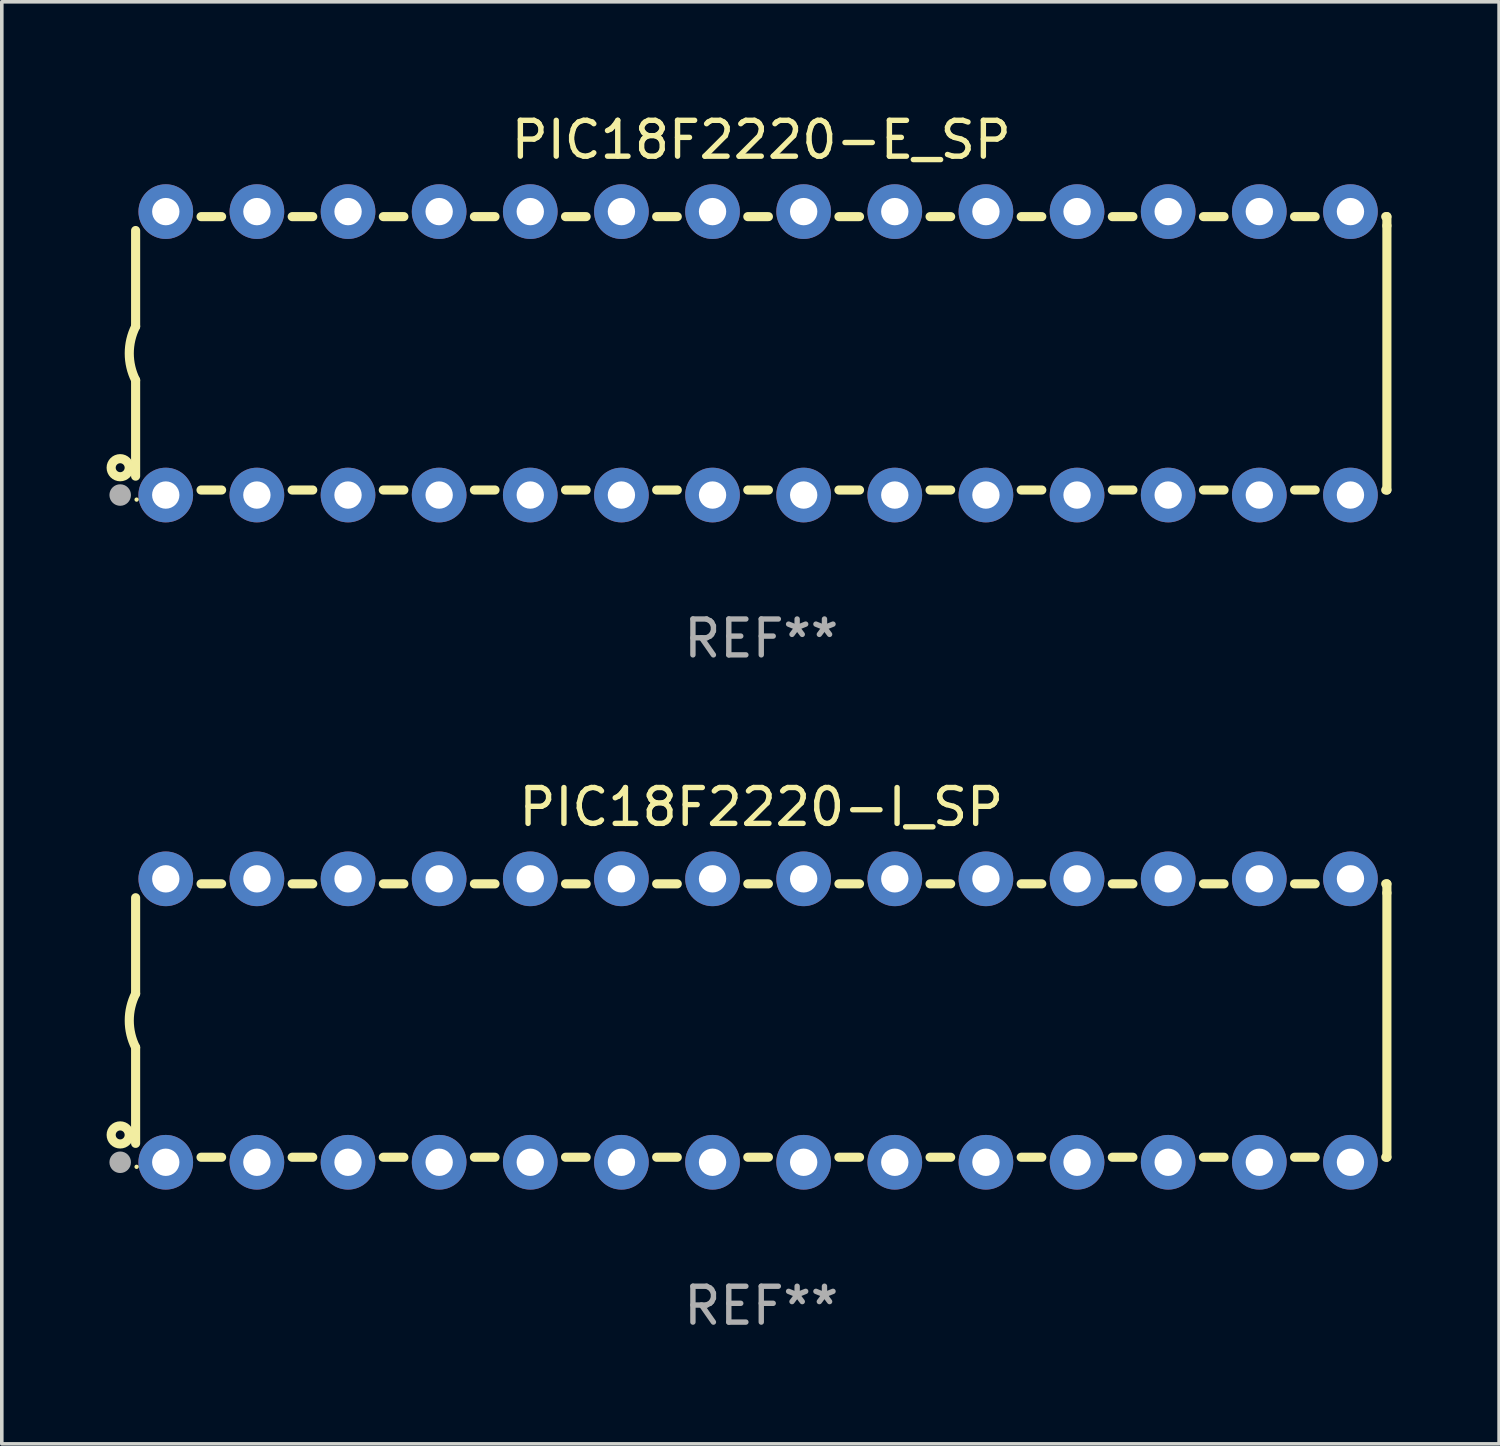
<source format=kicad_pcb>
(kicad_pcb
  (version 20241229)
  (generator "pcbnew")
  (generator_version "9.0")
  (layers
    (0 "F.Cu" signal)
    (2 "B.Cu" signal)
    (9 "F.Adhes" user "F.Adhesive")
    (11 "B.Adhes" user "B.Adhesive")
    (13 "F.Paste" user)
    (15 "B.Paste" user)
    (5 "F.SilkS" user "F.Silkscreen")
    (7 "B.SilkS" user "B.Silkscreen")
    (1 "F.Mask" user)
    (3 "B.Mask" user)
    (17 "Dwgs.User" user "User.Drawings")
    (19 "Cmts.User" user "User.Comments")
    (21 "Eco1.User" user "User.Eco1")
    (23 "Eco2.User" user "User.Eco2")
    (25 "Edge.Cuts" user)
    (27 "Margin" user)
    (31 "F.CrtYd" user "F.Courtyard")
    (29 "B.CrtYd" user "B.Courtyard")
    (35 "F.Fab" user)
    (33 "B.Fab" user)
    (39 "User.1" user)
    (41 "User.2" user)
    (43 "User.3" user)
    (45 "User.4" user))
  (footprint "PIC18F2220-E_SP"
    (layer "F.Cu")
    (at 18.168 6.798)
    (property "Reference" "PIC18F2220-E_SP" (at 0 -5.95 0) (layer "F.SilkS") (effects (font (size 1 1) (thickness 0.15))))
    (attr through_hole)
    (fp_line (start -17.438 0.75) (end -17.438 3.423) (stroke (width 0.254) (type solid)) (layer "F.SilkS"))
    (fp_line (start -17.438 -3.423) (end -17.438 -0.75) (stroke (width 0.254) (type solid)) (layer "F.SilkS"))
    (fp_line (start -15.615 3.81) (end -15.041 3.81) (stroke (width 0.254) (type solid)) (layer "F.SilkS"))
    (fp_line (start -15.041 -3.81) (end -15.614 -3.81) (stroke (width 0.254) (type solid)) (layer "F.SilkS"))
    (fp_line (start -13.075 3.81) (end -12.501 3.81) (stroke (width 0.254) (type solid)) (layer "F.SilkS"))
    (fp_line (start -12.501 -3.81) (end -13.074 -3.81) (stroke (width 0.254) (type solid)) (layer "F.SilkS"))
    (fp_line (start -10.535 3.81) (end -9.961 3.81) (stroke (width 0.254) (type solid)) (layer "F.SilkS"))
    (fp_line (start -9.961 -3.81) (end -10.534 -3.81) (stroke (width 0.254) (type solid)) (layer "F.SilkS"))
    (fp_line (start -7.995 3.81) (end -7.421 3.81) (stroke (width 0.254) (type solid)) (layer "F.SilkS"))
    (fp_line (start -7.421 -3.81) (end -7.995 -3.81) (stroke (width 0.254) (type solid)) (layer "F.SilkS"))
    (fp_line (start -5.455 3.81) (end -4.881 3.81) (stroke (width 0.254) (type solid)) (layer "F.SilkS"))
    (fp_line (start -4.881 -3.81) (end -5.455 -3.81) (stroke (width 0.254) (type solid)) (layer "F.SilkS"))
    (fp_line (start -2.915 3.81) (end -2.341 3.81) (stroke (width 0.254) (type solid)) (layer "F.SilkS"))
    (fp_line (start -2.341 -3.81) (end -2.915 -3.81) (stroke (width 0.254) (type solid)) (layer "F.SilkS"))
    (fp_line (start -0.375 3.81) (end 0.199 3.81) (stroke (width 0.254) (type solid)) (layer "F.SilkS"))
    (fp_line (start 0.199 -3.81) (end -0.375 -3.81) (stroke (width 0.254) (type solid)) (layer "F.SilkS"))
    (fp_line (start 2.165 3.81) (end 2.739 3.81) (stroke (width 0.254) (type solid)) (layer "F.SilkS"))
    (fp_line (start 2.739 -3.81) (end 2.165 -3.81) (stroke (width 0.254) (type solid)) (layer "F.SilkS"))
    (fp_line (start 4.705 3.81) (end 5.279 3.81) (stroke (width 0.254) (type solid)) (layer "F.SilkS"))
    (fp_line (start 5.279 -3.81) (end 4.705 -3.81) (stroke (width 0.254) (type solid)) (layer "F.SilkS"))
    (fp_line (start 7.245 3.81) (end 7.819 3.81) (stroke (width 0.254) (type solid)) (layer "F.SilkS"))
    (fp_line (start 7.819 -3.81) (end 7.245 -3.81) (stroke (width 0.254) (type solid)) (layer "F.SilkS"))
    (fp_line (start 9.785 3.81) (end 10.359 3.81) (stroke (width 0.254) (type solid)) (layer "F.SilkS"))
    (fp_line (start 10.359 -3.81) (end 9.785 -3.81) (stroke (width 0.254) (type solid)) (layer "F.SilkS"))
    (fp_line (start 12.325 3.81) (end 12.899 3.81) (stroke (width 0.254) (type solid)) (layer "F.SilkS"))
    (fp_line (start 12.899 -3.81) (end 12.325 -3.81) (stroke (width 0.254) (type solid)) (layer "F.SilkS"))
    (fp_line (start 14.865 3.81) (end 15.439 3.81) (stroke (width 0.254) (type solid)) (layer "F.SilkS"))
    (fp_line (start 15.439 -3.81) (end 14.865 -3.81) (stroke (width 0.254) (type solid)) (layer "F.SilkS"))
    (fp_line (start 17.405 3.81) (end 17.438 3.81) (stroke (width 0.254) (type solid)) (layer "F.SilkS"))
    (fp_line (start 17.438 -3.81) (end 17.405 -3.81) (stroke (width 0.254) (type solid)) (layer "F.SilkS"))
    (fp_line (start 17.438 -3.556) (end 17.438 -3.81) (stroke (width 0.254) (type solid)) (layer "F.SilkS"))
    (fp_line (start 17.438 3.81) (end 17.438 -3.556) (stroke (width 0.254) (type solid)) (layer "F.SilkS"))
    (fp_arc (start -17.437986 0.749657) (mid -17.614887 -0.000024) (end -17.437783 -0.749657) (stroke (width 0.254001) (type solid)) (layer "F.SilkS"))
    (fp_circle (center -17.868 3.188) (end -17.743 3.188) (stroke (width 0.254) (type solid)) (fill no) (layer "F.SilkS"))
    (fp_circle (center -17.411 4.077) (end -17.381 4.077) (stroke (width 0.06) (type solid)) (fill no) (layer "F.SilkS"))
    (fp_circle (center -17.868 3.95) (end -17.718 3.95) (stroke (width 0.3) (type solid)) (fill no) (layer "F.Fab"))
    (fp_text user "REF**" (at 0 7.95 0) (layer "F.Fab") (effects (font (size 1 1) (thickness 0.15))))
    (pad "1" thru_hole circle (at -16.598 3.95) (size 1.524 1.524) (drill 0.762) (layers "*.Cu" "*.Mask"))
    (pad "2" thru_hole circle (at -14.058 3.95) (size 1.524 1.524) (drill 0.762) (layers "*.Cu" "*.Mask"))
    (pad "3" thru_hole circle (at -11.518 3.95) (size 1.524 1.524) (drill 0.762) (layers "*.Cu" "*.Mask"))
    (pad "4" thru_hole circle (at -8.978 3.95) (size 1.524 1.524) (drill 0.762) (layers "*.Cu" "*.Mask"))
    (pad "5" thru_hole circle (at -6.438 3.95) (size 1.524 1.524) (drill 0.762) (layers "*.Cu" "*.Mask"))
    (pad "6" thru_hole circle (at -3.898 3.95) (size 1.524 1.524) (drill 0.762) (layers "*.Cu" "*.Mask"))
    (pad "7" thru_hole circle (at -1.358 3.95) (size 1.524 1.524) (drill 0.762) (layers "*.Cu" "*.Mask"))
    (pad "8" thru_hole circle (at 1.182 3.95) (size 1.524 1.524) (drill 0.762) (layers "*.Cu" "*.Mask"))
    (pad "9" thru_hole circle (at 3.722 3.95) (size 1.524 1.524) (drill 0.762) (layers "*.Cu" "*.Mask"))
    (pad "10" thru_hole circle (at 6.262 3.95) (size 1.524 1.524) (drill 0.762) (layers "*.Cu" "*.Mask"))
    (pad "11" thru_hole circle (at 8.802 3.95) (size 1.524 1.524) (drill 0.762) (layers "*.Cu" "*.Mask"))
    (pad "12" thru_hole circle (at 11.342 3.95) (size 1.524 1.524) (drill 0.762) (layers "*.Cu" "*.Mask"))
    (pad "13" thru_hole circle (at 13.882 3.95) (size 1.524 1.524) (drill 0.762) (layers "*.Cu" "*.Mask"))
    (pad "14" thru_hole circle (at 16.422 3.95) (size 1.524 1.524) (drill 0.762) (layers "*.Cu" "*.Mask"))
    (pad "15" thru_hole circle (at 16.422 -3.95) (size 1.524 1.524) (drill 0.762) (layers "*.Cu" "*.Mask"))
    (pad "16" thru_hole circle (at 13.882 -3.95) (size 1.524 1.524) (drill 0.762) (layers "*.Cu" "*.Mask"))
    (pad "17" thru_hole circle (at 11.342 -3.95) (size 1.524 1.524) (drill 0.762) (layers "*.Cu" "*.Mask"))
    (pad "18" thru_hole circle (at 8.802 -3.95) (size 1.524 1.524) (drill 0.762) (layers "*.Cu" "*.Mask"))
    (pad "19" thru_hole circle (at 6.262 -3.95) (size 1.524 1.524) (drill 0.762) (layers "*.Cu" "*.Mask"))
    (pad "20" thru_hole circle (at 3.722 -3.95) (size 1.524 1.524) (drill 0.762) (layers "*.Cu" "*.Mask"))
    (pad "21" thru_hole circle (at 1.182 -3.95) (size 1.524 1.524) (drill 0.762) (layers "*.Cu" "*.Mask"))
    (pad "22" thru_hole circle (at -1.358 -3.95) (size 1.524 1.524) (drill 0.762) (layers "*.Cu" "*.Mask"))
    (pad "23" thru_hole circle (at -3.898 -3.95) (size 1.524 1.524) (drill 0.762) (layers "*.Cu" "*.Mask"))
    (pad "24" thru_hole circle (at -6.438 -3.95) (size 1.524 1.524) (drill 0.762) (layers "*.Cu" "*.Mask"))
    (pad "25" thru_hole circle (at -8.978 -3.95) (size 1.524 1.524) (drill 0.762) (layers "*.Cu" "*.Mask"))
    (pad "26" thru_hole circle (at -11.517 -3.95) (size 1.524 1.524) (drill 0.762) (layers "*.Cu" "*.Mask"))
    (pad "27" thru_hole circle (at -14.057 -3.95) (size 1.524 1.524) (drill 0.762) (layers "*.Cu" "*.Mask"))
    (pad "28" thru_hole circle (at -16.597 -3.95) (size 1.524 1.524) (drill 0.762) (layers "*.Cu" "*.Mask")))
  (footprint "PIC18F2220-I_SP"
    (layer "F.Cu")
    (at 18.168 25.395)
    (property "Reference" "PIC18F2220-I_SP" (at 0 -5.95 0) (layer "F.SilkS") (effects (font (size 1 1) (thickness 0.15))))
    (attr through_hole)
    (fp_line (start -17.438 0.75) (end -17.438 3.423) (stroke (width 0.254) (type solid)) (layer "F.SilkS"))
    (fp_line (start -17.438 -3.423) (end -17.438 -0.75) (stroke (width 0.254) (type solid)) (layer "F.SilkS"))
    (fp_line (start -15.615 3.81) (end -15.041 3.81) (stroke (width 0.254) (type solid)) (layer "F.SilkS"))
    (fp_line (start -15.041 -3.81) (end -15.614 -3.81) (stroke (width 0.254) (type solid)) (layer "F.SilkS"))
    (fp_line (start -13.075 3.81) (end -12.501 3.81) (stroke (width 0.254) (type solid)) (layer "F.SilkS"))
    (fp_line (start -12.501 -3.81) (end -13.074 -3.81) (stroke (width 0.254) (type solid)) (layer "F.SilkS"))
    (fp_line (start -10.535 3.81) (end -9.961 3.81) (stroke (width 0.254) (type solid)) (layer "F.SilkS"))
    (fp_line (start -9.961 -3.81) (end -10.534 -3.81) (stroke (width 0.254) (type solid)) (layer "F.SilkS"))
    (fp_line (start -7.995 3.81) (end -7.421 3.81) (stroke (width 0.254) (type solid)) (layer "F.SilkS"))
    (fp_line (start -7.421 -3.81) (end -7.995 -3.81) (stroke (width 0.254) (type solid)) (layer "F.SilkS"))
    (fp_line (start -5.455 3.81) (end -4.881 3.81) (stroke (width 0.254) (type solid)) (layer "F.SilkS"))
    (fp_line (start -4.881 -3.81) (end -5.455 -3.81) (stroke (width 0.254) (type solid)) (layer "F.SilkS"))
    (fp_line (start -2.915 3.81) (end -2.341 3.81) (stroke (width 0.254) (type solid)) (layer "F.SilkS"))
    (fp_line (start -2.341 -3.81) (end -2.915 -3.81) (stroke (width 0.254) (type solid)) (layer "F.SilkS"))
    (fp_line (start -0.375 3.81) (end 0.199 3.81) (stroke (width 0.254) (type solid)) (layer "F.SilkS"))
    (fp_line (start 0.199 -3.81) (end -0.375 -3.81) (stroke (width 0.254) (type solid)) (layer "F.SilkS"))
    (fp_line (start 2.165 3.81) (end 2.739 3.81) (stroke (width 0.254) (type solid)) (layer "F.SilkS"))
    (fp_line (start 2.739 -3.81) (end 2.165 -3.81) (stroke (width 0.254) (type solid)) (layer "F.SilkS"))
    (fp_line (start 4.705 3.81) (end 5.279 3.81) (stroke (width 0.254) (type solid)) (layer "F.SilkS"))
    (fp_line (start 5.279 -3.81) (end 4.705 -3.81) (stroke (width 0.254) (type solid)) (layer "F.SilkS"))
    (fp_line (start 7.245 3.81) (end 7.819 3.81) (stroke (width 0.254) (type solid)) (layer "F.SilkS"))
    (fp_line (start 7.819 -3.81) (end 7.245 -3.81) (stroke (width 0.254) (type solid)) (layer "F.SilkS"))
    (fp_line (start 9.785 3.81) (end 10.359 3.81) (stroke (width 0.254) (type solid)) (layer "F.SilkS"))
    (fp_line (start 10.359 -3.81) (end 9.785 -3.81) (stroke (width 0.254) (type solid)) (layer "F.SilkS"))
    (fp_line (start 12.325 3.81) (end 12.899 3.81) (stroke (width 0.254) (type solid)) (layer "F.SilkS"))
    (fp_line (start 12.899 -3.81) (end 12.325 -3.81) (stroke (width 0.254) (type solid)) (layer "F.SilkS"))
    (fp_line (start 14.865 3.81) (end 15.439 3.81) (stroke (width 0.254) (type solid)) (layer "F.SilkS"))
    (fp_line (start 15.439 -3.81) (end 14.865 -3.81) (stroke (width 0.254) (type solid)) (layer "F.SilkS"))
    (fp_line (start 17.405 3.81) (end 17.438 3.81) (stroke (width 0.254) (type solid)) (layer "F.SilkS"))
    (fp_line (start 17.438 -3.81) (end 17.405 -3.81) (stroke (width 0.254) (type solid)) (layer "F.SilkS"))
    (fp_line (start 17.438 -3.556) (end 17.438 -3.81) (stroke (width 0.254) (type solid)) (layer "F.SilkS"))
    (fp_line (start 17.438 3.81) (end 17.438 -3.556) (stroke (width 0.254) (type solid)) (layer "F.SilkS"))
    (fp_arc (start -17.437986 0.749657) (mid -17.614887 -0.000024) (end -17.437783 -0.749657) (stroke (width 0.254001) (type solid)) (layer "F.SilkS"))
    (fp_circle (center -17.868 3.188) (end -17.743 3.188) (stroke (width 0.254) (type solid)) (fill no) (layer "F.SilkS"))
    (fp_circle (center -17.411 4.077) (end -17.381 4.077) (stroke (width 0.06) (type solid)) (fill no) (layer "F.SilkS"))
    (fp_circle (center -17.868 3.95) (end -17.718 3.95) (stroke (width 0.3) (type solid)) (fill no) (layer "F.Fab"))
    (fp_text user "REF**" (at 0 7.95 0) (layer "F.Fab") (effects (font (size 1 1) (thickness 0.15))))
    (pad "1" thru_hole circle (at -16.598 3.95) (size 1.524 1.524) (drill 0.762) (layers "*.Cu" "*.Mask"))
    (pad "2" thru_hole circle (at -14.058 3.95) (size 1.524 1.524) (drill 0.762) (layers "*.Cu" "*.Mask"))
    (pad "3" thru_hole circle (at -11.518 3.95) (size 1.524 1.524) (drill 0.762) (layers "*.Cu" "*.Mask"))
    (pad "4" thru_hole circle (at -8.978 3.95) (size 1.524 1.524) (drill 0.762) (layers "*.Cu" "*.Mask"))
    (pad "5" thru_hole circle (at -6.438 3.95) (size 1.524 1.524) (drill 0.762) (layers "*.Cu" "*.Mask"))
    (pad "6" thru_hole circle (at -3.898 3.95) (size 1.524 1.524) (drill 0.762) (layers "*.Cu" "*.Mask"))
    (pad "7" thru_hole circle (at -1.358 3.95) (size 1.524 1.524) (drill 0.762) (layers "*.Cu" "*.Mask"))
    (pad "8" thru_hole circle (at 1.182 3.95) (size 1.524 1.524) (drill 0.762) (layers "*.Cu" "*.Mask"))
    (pad "9" thru_hole circle (at 3.722 3.95) (size 1.524 1.524) (drill 0.762) (layers "*.Cu" "*.Mask"))
    (pad "10" thru_hole circle (at 6.262 3.95) (size 1.524 1.524) (drill 0.762) (layers "*.Cu" "*.Mask"))
    (pad "11" thru_hole circle (at 8.802 3.95) (size 1.524 1.524) (drill 0.762) (layers "*.Cu" "*.Mask"))
    (pad "12" thru_hole circle (at 11.342 3.95) (size 1.524 1.524) (drill 0.762) (layers "*.Cu" "*.Mask"))
    (pad "13" thru_hole circle (at 13.882 3.95) (size 1.524 1.524) (drill 0.762) (layers "*.Cu" "*.Mask"))
    (pad "14" thru_hole circle (at 16.422 3.95) (size 1.524 1.524) (drill 0.762) (layers "*.Cu" "*.Mask"))
    (pad "15" thru_hole circle (at 16.422 -3.95) (size 1.524 1.524) (drill 0.762) (layers "*.Cu" "*.Mask"))
    (pad "16" thru_hole circle (at 13.882 -3.95) (size 1.524 1.524) (drill 0.762) (layers "*.Cu" "*.Mask"))
    (pad "17" thru_hole circle (at 11.342 -3.95) (size 1.524 1.524) (drill 0.762) (layers "*.Cu" "*.Mask"))
    (pad "18" thru_hole circle (at 8.802 -3.95) (size 1.524 1.524) (drill 0.762) (layers "*.Cu" "*.Mask"))
    (pad "19" thru_hole circle (at 6.262 -3.95) (size 1.524 1.524) (drill 0.762) (layers "*.Cu" "*.Mask"))
    (pad "20" thru_hole circle (at 3.722 -3.95) (size 1.524 1.524) (drill 0.762) (layers "*.Cu" "*.Mask"))
    (pad "21" thru_hole circle (at 1.182 -3.95) (size 1.524 1.524) (drill 0.762) (layers "*.Cu" "*.Mask"))
    (pad "22" thru_hole circle (at -1.358 -3.95) (size 1.524 1.524) (drill 0.762) (layers "*.Cu" "*.Mask"))
    (pad "23" thru_hole circle (at -3.898 -3.95) (size 1.524 1.524) (drill 0.762) (layers "*.Cu" "*.Mask"))
    (pad "24" thru_hole circle (at -6.438 -3.95) (size 1.524 1.524) (drill 0.762) (layers "*.Cu" "*.Mask"))
    (pad "25" thru_hole circle (at -8.978 -3.95) (size 1.524 1.524) (drill 0.762) (layers "*.Cu" "*.Mask"))
    (pad "26" thru_hole circle (at -11.517 -3.95) (size 1.524 1.524) (drill 0.762) (layers "*.Cu" "*.Mask"))
    (pad "27" thru_hole circle (at -14.057 -3.95) (size 1.524 1.524) (drill 0.762) (layers "*.Cu" "*.Mask"))
    (pad "28" thru_hole circle (at -16.597 -3.95) (size 1.524 1.524) (drill 0.762) (layers "*.Cu" "*.Mask")))
  (gr_rect
    (start -3 -3)
    (end 38.733 37.193)
    (stroke (width 0.1) (type default))
    (fill no)
    (layer "Edge.Cuts")))
</source>
